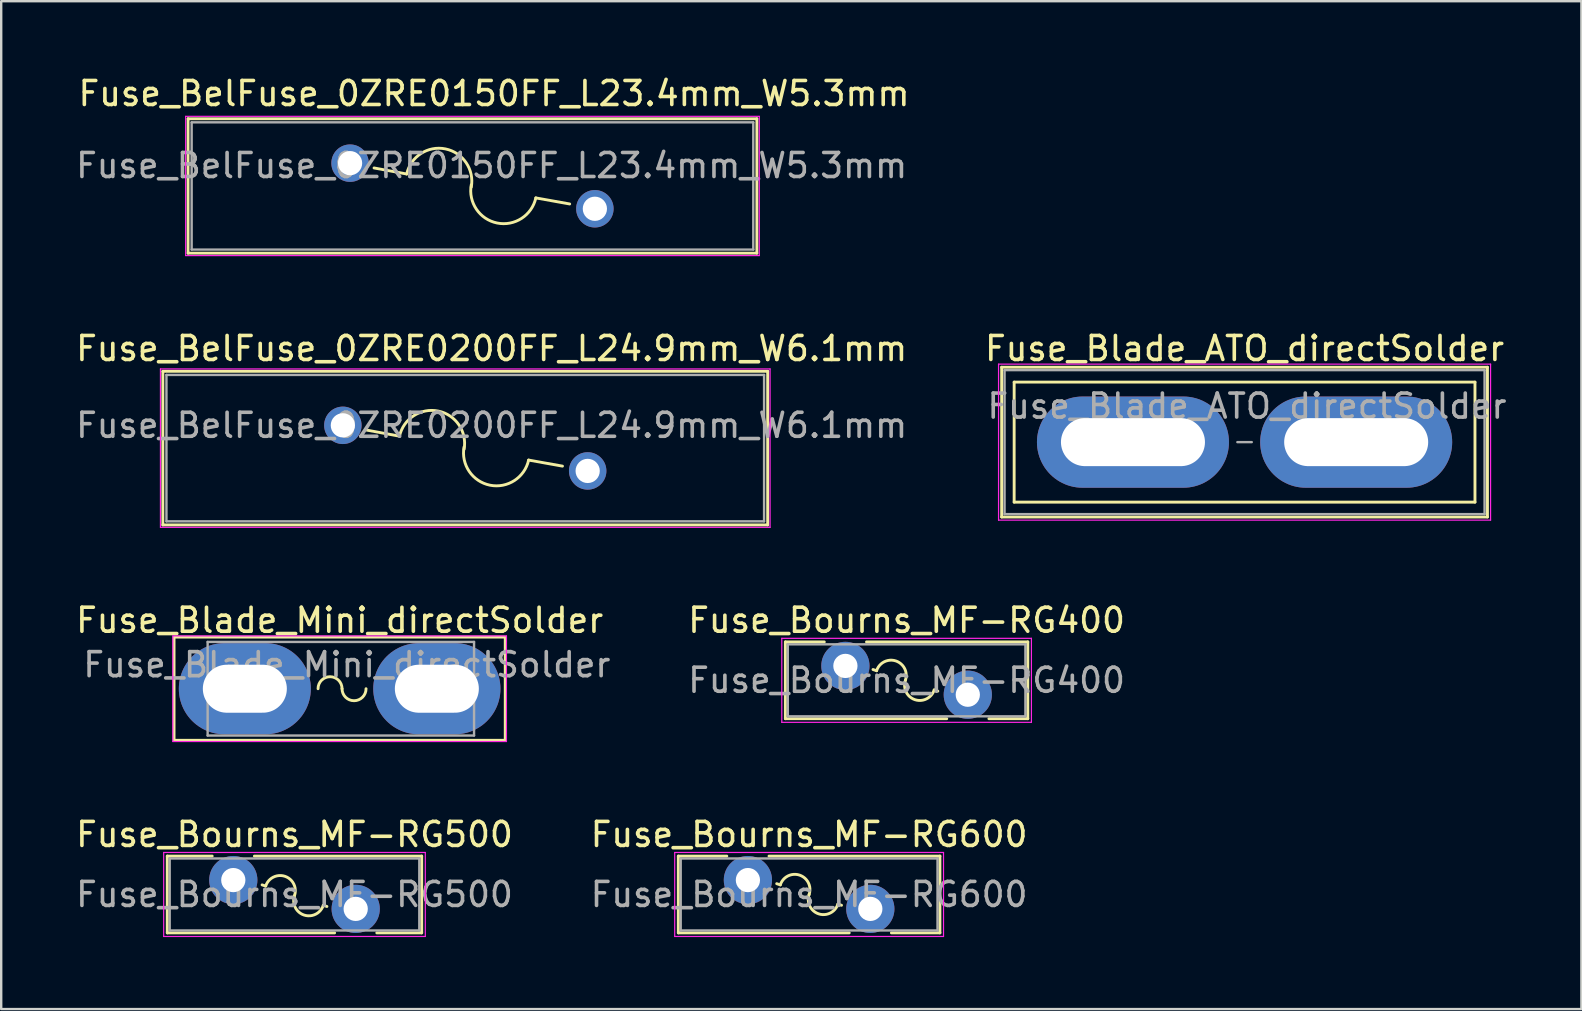
<source format=kicad_pcb>
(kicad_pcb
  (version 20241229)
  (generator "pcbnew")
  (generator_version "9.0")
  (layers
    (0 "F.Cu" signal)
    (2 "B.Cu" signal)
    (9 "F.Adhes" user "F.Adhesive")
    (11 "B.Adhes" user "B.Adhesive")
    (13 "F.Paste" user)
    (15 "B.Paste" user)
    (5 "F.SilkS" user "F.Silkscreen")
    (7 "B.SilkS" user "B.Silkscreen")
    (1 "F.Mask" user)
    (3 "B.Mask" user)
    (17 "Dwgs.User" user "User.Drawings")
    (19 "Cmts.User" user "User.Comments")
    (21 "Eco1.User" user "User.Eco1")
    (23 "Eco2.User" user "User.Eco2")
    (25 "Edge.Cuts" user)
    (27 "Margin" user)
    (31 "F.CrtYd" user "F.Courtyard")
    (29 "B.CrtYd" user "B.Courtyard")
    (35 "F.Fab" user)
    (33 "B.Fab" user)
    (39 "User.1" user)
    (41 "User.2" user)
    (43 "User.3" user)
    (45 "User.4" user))
  (footprint "Fuse_Blade_Mini_directSolder"
    (layer "F.Cu")
    (at 7.151 25.645)
    (property "Reference" "Fuse_Blade_Mini_directSolder" (at 3.95 -2.85 0) (layer "F.SilkS") (effects (font (size 1 1) (thickness 0.15))))
    (fp_rect (start -2.95 -2.15) (end 10.85 2.15) (stroke (width 0.12) (type solid)) (fill no) (layer "F.SilkS"))
    (fp_arc (start 3.05 0) (mid 3.55 -0.5) (end 4.05 0) (stroke (width 0.12) (type solid)) (layer "F.SilkS"))
    (fp_arc (start 5.05 0) (mid 4.55 0.5) (end 4.05 0) (stroke (width 0.12) (type solid)) (layer "F.SilkS"))
    (fp_line (start -3 -2.2) (end -3 2.2) (stroke (width 0.05) (type solid)) (layer "F.CrtYd"))
    (fp_line (start -3 -2.2) (end 10.9 -2.2) (stroke (width 0.05) (type solid)) (layer "F.CrtYd"))
    (fp_line (start 10.9 2.2) (end -3 2.2) (stroke (width 0.05) (type solid)) (layer "F.CrtYd"))
    (fp_line (start 10.9 2.2) (end 10.9 -2.2) (stroke (width 0.05) (type solid)) (layer "F.CrtYd"))
    (fp_line (start -1.55 -1.95) (end 9.55 -1.95) (stroke (width 0.1) (type solid)) (layer "F.Fab"))
    (fp_line (start -1.55 1.95) (end -1.55 -1.95) (stroke (width 0.1) (type solid)) (layer "F.Fab"))
    (fp_line (start 9.55 -1.95) (end 9.55 1.95) (stroke (width 0.1) (type solid)) (layer "F.Fab"))
    (fp_line (start 9.55 1.95) (end -1.55 1.95) (stroke (width 0.1) (type solid)) (layer "F.Fab"))
    (fp_text user "${REFERENCE}" (at 4.25 -1 0) (layer "F.Fab") (effects (font (size 1 1) (thickness 0.15))))
    (pad "1" thru_hole oval (at 0 0) (size 5.5 3.8) (drill oval 3.5 2) (layers "*.Cu" "*.Mask"))
    (pad "2" thru_hole oval (at 8 0) (size 5.3 3.8) (drill oval 3.5 2) (layers "*.Cu" "*.Mask")))
  (footprint "Fuse_Blade_ATO_directSolder"
    (layer "F.Cu")
    (at 44.154 15.371)
    (property "Reference" "Fuse_Blade_ATO_directSolder" (at 4.65 -3.9 0) (layer "F.SilkS") (effects (font (size 1 1) (thickness 0.15))))
    (fp_line (start -5.47 -3.12) (end -5.47 3.12) (stroke (width 0.12) (type solid)) (layer "F.SilkS"))
    (fp_line (start -5.47 -3.12) (end 14.77 -3.12) (stroke (width 0.12) (type solid)) (layer "F.SilkS"))
    (fp_line (start -4.95 -2.5) (end 14.25 -2.5) (stroke (width 0.12) (type solid)) (layer "F.SilkS"))
    (fp_line (start -4.95 2.5) (end -4.95 -2.5) (stroke (width 0.12) (type solid)) (layer "F.SilkS"))
    (fp_line (start 14.25 -2.5) (end 14.25 2.5) (stroke (width 0.12) (type solid)) (layer "F.SilkS"))
    (fp_line (start 14.25 2.5) (end -4.95 2.5) (stroke (width 0.12) (type solid)) (layer "F.SilkS"))
    (fp_line (start 14.77 3.12) (end -5.47 3.12) (stroke (width 0.12) (type solid)) (layer "F.SilkS"))
    (fp_line (start 14.77 3.12) (end 14.77 -3.12) (stroke (width 0.12) (type solid)) (layer "F.SilkS"))
    (fp_line (start -5.6 -3.25) (end -5.6 3.25) (stroke (width 0.05) (type solid)) (layer "F.CrtYd"))
    (fp_line (start -5.6 -3.25) (end 14.9 -3.25) (stroke (width 0.05) (type solid)) (layer "F.CrtYd"))
    (fp_line (start 14.9 3.25) (end -5.6 3.25) (stroke (width 0.05) (type solid)) (layer "F.CrtYd"))
    (fp_line (start 14.9 3.25) (end 14.9 -3.25) (stroke (width 0.05) (type solid)) (layer "F.CrtYd"))
    (fp_line (start -5.35 -3) (end 14.65 -3) (stroke (width 0.1) (type solid)) (layer "F.Fab"))
    (fp_line (start -5.35 3) (end -5.35 -3) (stroke (width 0.1) (type solid)) (layer "F.Fab"))
    (fp_line (start 4.95 0) (end 4.35 0) (stroke (width 0.1) (type solid)) (layer "F.Fab"))
    (fp_line (start 14.65 -3) (end 14.65 3) (stroke (width 0.1) (type solid)) (layer "F.Fab"))
    (fp_line (start 14.65 3) (end -5.35 3) (stroke (width 0.1) (type solid)) (layer "F.Fab"))
    (fp_text user "${REFERENCE}" (at 4.75 -1.5 0) (layer "F.Fab") (effects (font (size 1 1) (thickness 0.15))))
    (pad "1" thru_hole oval (at 0 0) (size 8 3.8) (drill oval 6 2) (layers "*.Cu" "*.Mask"))
    (pad "2" thru_hole oval (at 9.3 0) (size 8 3.8) (drill oval 6 2) (layers "*.Cu" "*.Mask")))
  (footprint "Fuse_Bourns_MF-RG400"
    (layer "F.Cu")
    (at 32.173 24.695)
    (property "Reference" "Fuse_Bourns_MF-RG400" (at 2.55 -1.9 0) (layer "F.SilkS") (effects (font (size 1 1) (thickness 0.15))))
    (fp_line (start -2.501 -1) (end -2.501 2.2) (stroke (width 0.12) (type solid)) (layer "F.SilkS"))
    (fp_line (start -2.501 -1) (end -0.879 -1) (stroke (width 0.12) (type solid)) (layer "F.SilkS"))
    (fp_line (start -2.501 2.2) (end 4.222 2.2) (stroke (width 0.12) (type solid)) (layer "F.SilkS"))
    (fp_line (start 0.879 -1) (end 7.6 -1) (stroke (width 0.12) (type solid)) (layer "F.SilkS"))
    (fp_line (start 1.15 0.15) (end 1.3 0.2) (stroke (width 0.12) (type solid)) (layer "F.SilkS"))
    (fp_line (start 3.7 1) (end 3.85 1.05) (stroke (width 0.12) (type solid)) (layer "F.SilkS"))
    (fp_line (start 5.979 2.2) (end 7.6 2.2) (stroke (width 0.12) (type solid)) (layer "F.SilkS"))
    (fp_line (start 7.6 -1) (end 7.6 2.2) (stroke (width 0.12) (type solid)) (layer "F.SilkS"))
    (fp_arc (start 1.300003 0.200002) (mid 2.100001 -0.199998) (end 2.500001 0.6) (stroke (width 0.12) (type solid)) (layer "F.SilkS"))
    (fp_arc (start 3.699999 0.999998) (mid 2.900001 1.399998) (end 2.500001 0.6) (stroke (width 0.12) (type solid)) (layer "F.SilkS"))
    (fp_line (start -2.65 -1.15) (end -2.65 2.35) (stroke (width 0.05) (type solid)) (layer "F.CrtYd"))
    (fp_line (start -2.65 2.35) (end 7.75 2.35) (stroke (width 0.05) (type solid)) (layer "F.CrtYd"))
    (fp_line (start 7.75 -1.15) (end -2.65 -1.15) (stroke (width 0.05) (type solid)) (layer "F.CrtYd"))
    (fp_line (start 7.75 2.35) (end 7.75 -1.15) (stroke (width 0.05) (type solid)) (layer "F.CrtYd"))
    (fp_line (start -2.4 -0.9) (end -2.4 2.1) (stroke (width 0.1) (type solid)) (layer "F.Fab"))
    (fp_line (start -2.4 2.1) (end 7.5 2.1) (stroke (width 0.1) (type solid)) (layer "F.Fab"))
    (fp_line (start 7.5 -0.9) (end -2.4 -0.9) (stroke (width 0.1) (type solid)) (layer "F.Fab"))
    (fp_line (start 7.5 2.1) (end 7.5 -0.9) (stroke (width 0.1) (type solid)) (layer "F.Fab"))
    (fp_text user "${REFERENCE}" (at 2.55 0.6 0) (layer "F.Fab") (effects (font (size 1 1) (thickness 0.15))))
    (pad "1" thru_hole circle (at 0 0) (size 2.01 2.01) (drill 1.01) (layers "*.Cu" "*.Mask"))
    (pad "2" thru_hole circle (at 5.1 1.2) (size 2.01 2.01) (drill 1.01) (layers "*.Cu" "*.Mask")))
  (footprint "Fuse_BelFuse_0ZRE0150FF_L23.4mm_W5.3mm"
    (layer "F.Cu")
    (at 11.535 3.748)
    (property "Reference" "Fuse_BelFuse_0ZRE0150FF_L23.4mm_W5.3mm" (at 6 -2.9 0) (layer "F.SilkS") (effects (font (size 1 1) (thickness 0.15))))
    (fp_line (start -6.75 -1.85) (end -6.75 3.75) (stroke (width 0.12) (type solid)) (layer "F.SilkS"))
    (fp_line (start -6.75 -1.85) (end 16.95 -1.85) (stroke (width 0.12) (type solid)) (layer "F.SilkS"))
    (fp_line (start -6.75 3.75) (end 16.95 3.75) (stroke (width 0.12) (type solid)) (layer "F.SilkS"))
    (fp_line (start 1 0.2) (end 2.36 0.452) (stroke (width 0.12) (type solid)) (layer "F.SilkS"))
    (fp_line (start 7.74 1.448) (end 9.15 1.7) (stroke (width 0.12) (type solid)) (layer "F.SilkS"))
    (fp_line (start 16.95 -1.85) (end 16.95 3.75) (stroke (width 0.12) (type solid)) (layer "F.SilkS"))
    (fp_arc (start 2.359742 0.452167) (mid 3.97396 -0.59534) (end 5.049999 1) (stroke (width 0.12) (type solid)) (layer "F.SilkS"))
    (fp_arc (start 7.740258 1.447834) (mid 6.12604 2.495341) (end 5.050001 0.900001) (stroke (width 0.12) (type solid)) (layer "F.SilkS"))
    (fp_line (start -6.85 -1.95) (end -6.85 3.85) (stroke (width 0.05) (type solid)) (layer "F.CrtYd"))
    (fp_line (start -6.85 -1.95) (end 17.05 -1.95) (stroke (width 0.05) (type solid)) (layer "F.CrtYd"))
    (fp_line (start -6.85 3.85) (end 17.05 3.85) (stroke (width 0.05) (type solid)) (layer "F.CrtYd"))
    (fp_line (start 17.05 -1.95) (end 17.05 3.85) (stroke (width 0.05) (type solid)) (layer "F.CrtYd"))
    (fp_line (start -6.6 -1.7) (end -6.6 3.6) (stroke (width 0.1) (type solid)) (layer "F.Fab"))
    (fp_line (start -6.6 -1.7) (end 16.8 -1.7) (stroke (width 0.1) (type solid)) (layer "F.Fab"))
    (fp_line (start -6.6 3.6) (end 16.8 3.6) (stroke (width 0.1) (type solid)) (layer "F.Fab"))
    (fp_line (start 16.8 -1.7) (end 16.8 3.6) (stroke (width 0.1) (type solid)) (layer "F.Fab"))
    (fp_text user "${REFERENCE}" (at 5.9 0.1 0) (layer "F.Fab") (effects (font (size 1 1) (thickness 0.15))))
    (pad "1" thru_hole circle (at 0 0) (size 1.56 1.56) (drill 1.01) (layers "*.Cu" "*.Mask"))
    (pad "2" thru_hole circle (at 10.2 1.9) (size 1.56 1.56) (drill 1.01) (layers "*.Cu" "*.Mask")))
  (footprint "Fuse_BelFuse_0ZRE0200FF_L24.9mm_W6.1mm"
    (layer "F.Cu")
    (at 11.235 14.671)
    (property "Reference" "Fuse_BelFuse_0ZRE0200FF_L24.9mm_W6.1mm" (at 6.2 -3.2 0) (layer "F.SilkS") (effects (font (size 1 1) (thickness 0.15))))
    (fp_line (start -7.5 -2.25) (end -7.5 4.15) (stroke (width 0.12) (type solid)) (layer "F.SilkS"))
    (fp_line (start -7.5 -2.25) (end 17.7 -2.25) (stroke (width 0.12) (type solid)) (layer "F.SilkS"))
    (fp_line (start -7.5 4.15) (end 17.7 4.15) (stroke (width 0.12) (type solid)) (layer "F.SilkS"))
    (fp_line (start 1 0.2) (end 2.36 0.452) (stroke (width 0.12) (type solid)) (layer "F.SilkS"))
    (fp_line (start 7.74 1.448) (end 9.15 1.7) (stroke (width 0.12) (type solid)) (layer "F.SilkS"))
    (fp_line (start 17.7 -2.25) (end 17.7 4.15) (stroke (width 0.12) (type solid)) (layer "F.SilkS"))
    (fp_arc (start 2.359742 0.452167) (mid 3.97396 -0.59534) (end 5.049999 1) (stroke (width 0.12) (type solid)) (layer "F.SilkS"))
    (fp_arc (start 7.740258 1.447834) (mid 6.12604 2.495341) (end 5.050001 0.900001) (stroke (width 0.12) (type solid)) (layer "F.SilkS"))
    (fp_line (start -7.6 -2.35) (end -7.6 4.25) (stroke (width 0.05) (type solid)) (layer "F.CrtYd"))
    (fp_line (start -7.6 -2.35) (end 17.8 -2.35) (stroke (width 0.05) (type solid)) (layer "F.CrtYd"))
    (fp_line (start -7.6 4.25) (end 17.8 4.25) (stroke (width 0.05) (type solid)) (layer "F.CrtYd"))
    (fp_line (start 17.8 -2.35) (end 17.8 4.25) (stroke (width 0.05) (type solid)) (layer "F.CrtYd"))
    (fp_line (start -7.35 -2.1) (end -7.35 4) (stroke (width 0.1) (type solid)) (layer "F.Fab"))
    (fp_line (start -7.35 -2.1) (end 17.55 -2.1) (stroke (width 0.1) (type solid)) (layer "F.Fab"))
    (fp_line (start -7.35 4) (end 17.55 4) (stroke (width 0.1) (type solid)) (layer "F.Fab"))
    (fp_line (start 17.55 -2.1) (end 17.55 4) (stroke (width 0.1) (type solid)) (layer "F.Fab"))
    (fp_text user "${REFERENCE}" (at 6.2 0 0) (layer "F.Fab") (effects (font (size 1 1) (thickness 0.15))))
    (pad "1" thru_hole circle (at 0 0) (size 1.56 1.56) (drill 1.01) (layers "*.Cu" "*.Mask"))
    (pad "2" thru_hole circle (at 10.2 1.9) (size 1.56 1.56) (drill 1.01) (layers "*.Cu" "*.Mask")))
  (footprint "Fuse_Bourns_MF-RG500"
    (layer "F.Cu")
    (at 6.67 33.618)
    (property "Reference" "Fuse_Bourns_MF-RG500" (at 2.55 -1.9 0) (layer "F.SilkS") (effects (font (size 1 1) (thickness 0.15))))
    (fp_line (start -2.751 -1) (end -2.751 2.2) (stroke (width 0.12) (type solid)) (layer "F.SilkS"))
    (fp_line (start -2.751 -1) (end -0.879 -1) (stroke (width 0.12) (type solid)) (layer "F.SilkS"))
    (fp_line (start -2.751 2.2) (end 4.222 2.2) (stroke (width 0.12) (type solid)) (layer "F.SilkS"))
    (fp_line (start 0.879 -1) (end 7.85 -1) (stroke (width 0.12) (type solid)) (layer "F.SilkS"))
    (fp_line (start 1.2 0.2) (end 1.35 0.25) (stroke (width 0.12) (type solid)) (layer "F.SilkS"))
    (fp_line (start 3.75 1.05) (end 3.9 1.1) (stroke (width 0.12) (type solid)) (layer "F.SilkS"))
    (fp_line (start 5.979 2.2) (end 7.85 2.2) (stroke (width 0.12) (type solid)) (layer "F.SilkS"))
    (fp_line (start 7.85 -1) (end 7.85 2.2) (stroke (width 0.12) (type solid)) (layer "F.SilkS"))
    (fp_arc (start 1.350003 0.250002) (mid 2.150001 -0.149998) (end 2.550001 0.65) (stroke (width 0.12) (type solid)) (layer "F.SilkS"))
    (fp_arc (start 3.749999 1.049998) (mid 2.950001 1.449998) (end 2.550001 0.65) (stroke (width 0.12) (type solid)) (layer "F.SilkS"))
    (fp_line (start -2.9 -1.15) (end -2.9 2.35) (stroke (width 0.05) (type solid)) (layer "F.CrtYd"))
    (fp_line (start -2.9 2.35) (end 8 2.35) (stroke (width 0.05) (type solid)) (layer "F.CrtYd"))
    (fp_line (start 8 -1.15) (end -2.9 -1.15) (stroke (width 0.05) (type solid)) (layer "F.CrtYd"))
    (fp_line (start 8 2.35) (end 8 -1.15) (stroke (width 0.05) (type solid)) (layer "F.CrtYd"))
    (fp_line (start -2.65 -0.9) (end -2.65 2.1) (stroke (width 0.1) (type solid)) (layer "F.Fab"))
    (fp_line (start -2.65 2.1) (end 7.75 2.1) (stroke (width 0.1) (type solid)) (layer "F.Fab"))
    (fp_line (start 7.75 -0.9) (end -2.65 -0.9) (stroke (width 0.1) (type solid)) (layer "F.Fab"))
    (fp_line (start 7.75 2.1) (end 7.75 -0.9) (stroke (width 0.1) (type solid)) (layer "F.Fab"))
    (fp_text user "${REFERENCE}" (at 2.55 0.6 0) (layer "F.Fab") (effects (font (size 1 1) (thickness 0.15))))
    (pad "1" thru_hole circle (at 0 0) (size 2.01 2.01) (drill 1.01) (layers "*.Cu" "*.Mask"))
    (pad "2" thru_hole circle (at 5.1 1.2) (size 2.01 2.01) (drill 1.01) (layers "*.Cu" "*.Mask")))
  (footprint "Fuse_Bourns_MF-RG600"
    (layer "F.Cu")
    (at 28.111 33.618)
    (property "Reference" "Fuse_Bourns_MF-RG600" (at 2.55 -1.9 0) (layer "F.SilkS") (effects (font (size 1 1) (thickness 0.15))))
    (fp_line (start -2.9 -1) (end -2.9 2.2) (stroke (width 0.12) (type solid)) (layer "F.SilkS"))
    (fp_line (start -2.9 -1) (end -0.879 -1) (stroke (width 0.12) (type solid)) (layer "F.SilkS"))
    (fp_line (start -2.9 2.2) (end 4.222 2.2) (stroke (width 0.12) (type solid)) (layer "F.SilkS"))
    (fp_line (start 0.879 -1) (end 8 -1) (stroke (width 0.12) (type solid)) (layer "F.SilkS"))
    (fp_line (start 1.2 0.15) (end 1.35 0.2) (stroke (width 0.12) (type solid)) (layer "F.SilkS"))
    (fp_line (start 3.75 1) (end 3.9 1.05) (stroke (width 0.12) (type solid)) (layer "F.SilkS"))
    (fp_line (start 5.979 2.2) (end 8 2.2) (stroke (width 0.12) (type solid)) (layer "F.SilkS"))
    (fp_line (start 8 -1) (end 8 2.2) (stroke (width 0.12) (type solid)) (layer "F.SilkS"))
    (fp_arc (start 1.350003 0.200002) (mid 2.150001 -0.199998) (end 2.550001 0.6) (stroke (width 0.12) (type solid)) (layer "F.SilkS"))
    (fp_arc (start 3.749999 0.999998) (mid 2.950001 1.399998) (end 2.550001 0.6) (stroke (width 0.12) (type solid)) (layer "F.SilkS"))
    (fp_line (start -3.05 -1.15) (end -3.05 2.35) (stroke (width 0.05) (type solid)) (layer "F.CrtYd"))
    (fp_line (start -3.05 2.35) (end 8.15 2.35) (stroke (width 0.05) (type solid)) (layer "F.CrtYd"))
    (fp_line (start 8.15 -1.15) (end -3.05 -1.15) (stroke (width 0.05) (type solid)) (layer "F.CrtYd"))
    (fp_line (start 8.15 2.35) (end 8.15 -1.15) (stroke (width 0.05) (type solid)) (layer "F.CrtYd"))
    (fp_line (start -2.8 -0.9) (end -2.8 2.1) (stroke (width 0.1) (type solid)) (layer "F.Fab"))
    (fp_line (start -2.8 2.1) (end 7.9 2.1) (stroke (width 0.1) (type solid)) (layer "F.Fab"))
    (fp_line (start 7.9 -0.9) (end -2.8 -0.9) (stroke (width 0.1) (type solid)) (layer "F.Fab"))
    (fp_line (start 7.9 2.1) (end 7.9 -0.9) (stroke (width 0.1) (type solid)) (layer "F.Fab"))
    (fp_text user "${REFERENCE}" (at 2.55 0.6 0) (layer "F.Fab") (effects (font (size 1 1) (thickness 0.15))))
    (pad "1" thru_hole circle (at 0 0) (size 2.01 2.01) (drill 1.01) (layers "*.Cu" "*.Mask"))
    (pad "2" thru_hole circle (at 5.1 1.2) (size 2.01 2.01) (drill 1.01) (layers "*.Cu" "*.Mask")))
  (gr_rect
    (start -3 -3)
    (end 62.838 38.993)
    (stroke (width 0.1) (type default))
    (fill no)
    (layer "Edge.Cuts")))
</source>
